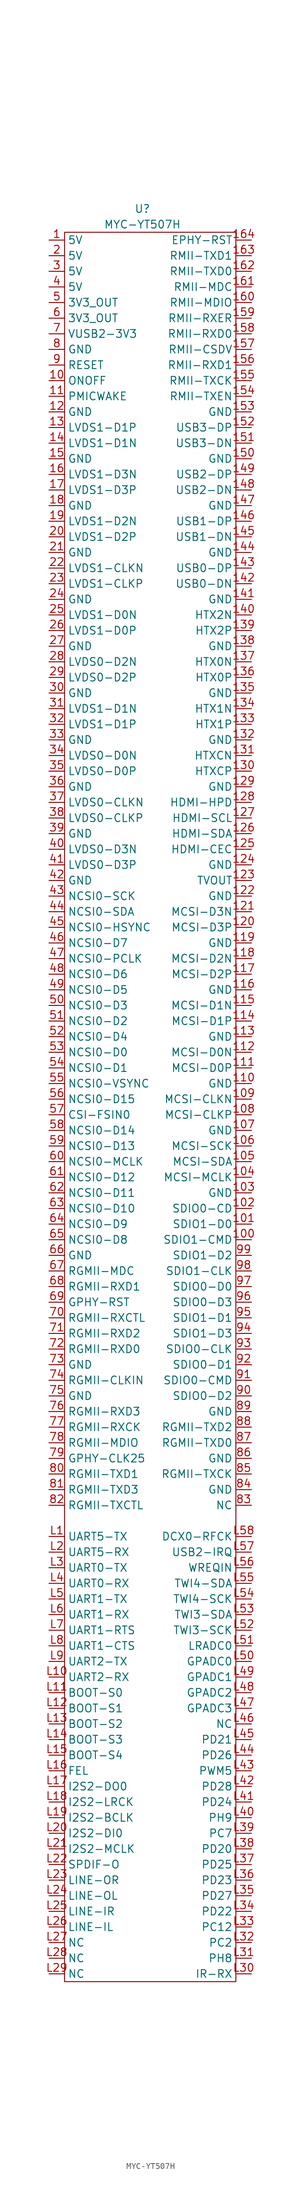
<source format=kicad_sym>
(kicad_symbol_lib
  (version 20211014)
  (generator kicad_symbol_editor)
  (symbol "MYC-YT507H"
    (property "Reference" "U"
      (at 12.7 5.08 0)
      (effects (font (size 1.27 1.27))))
    (property "Value" "MYC-YT507H"
      (at 12.7 2.54 0)
      (effects (font (size 1.27 1.27))))
    (symbol "MYC-YT507H_0_0"
      (pin bidirectional line (at -2.54 -22.86 0) (length 2.54) (name "ONOFF" (effects (font (size 1.27 1.27)))) (number "10" (effects (font (size 1.27 1.27)))))
      (pin bidirectional line (at 30.48 -162.56 180) (length 2.54) (name "SDIO1-CMD" (effects (font (size 1.27 1.27)))) (number "100" (effects (font (size 1.27 1.27)))))
      (pin bidirectional line (at 30.48 -160.02 180) (length 2.54) (name "SDIO1-D0" (effects (font (size 1.27 1.27)))) (number "101" (effects (font (size 1.27 1.27)))))
      (pin bidirectional line (at 30.48 -157.48 180) (length 2.54) (name "SDIO0-CD" (effects (font (size 1.27 1.27)))) (number "102" (effects (font (size 1.27 1.27)))))
      (pin bidirectional line (at 30.48 -154.94 180) (length 2.54) (name "GND" (effects (font (size 1.27 1.27)))) (number "103" (effects (font (size 1.27 1.27)))))
      (pin bidirectional line (at 30.48 -152.4 180) (length 2.54) (name "MCSI-MCLK" (effects (font (size 1.27 1.27)))) (number "104" (effects (font (size 1.27 1.27)))))
      (pin bidirectional line (at 30.48 -149.86 180) (length 2.54) (name "MCSI-SDA" (effects (font (size 1.27 1.27)))) (number "105" (effects (font (size 1.27 1.27)))))
      (pin bidirectional line (at 30.48 -147.32 180) (length 2.54) (name "MCSI-SCK" (effects (font (size 1.27 1.27)))) (number "106" (effects (font (size 1.27 1.27)))))
      (pin bidirectional line (at 30.48 -144.78 180) (length 2.54) (name "GND" (effects (font (size 1.27 1.27)))) (number "107" (effects (font (size 1.27 1.27)))))
      (pin bidirectional line (at 30.48 -142.24 180) (length 2.54) (name "MCSI-CLKP" (effects (font (size 1.27 1.27)))) (number "108" (effects (font (size 1.27 1.27)))))
      (pin bidirectional line (at 30.48 -139.7 180) (length 2.54) (name "MCSI-CLKN" (effects (font (size 1.27 1.27)))) (number "109" (effects (font (size 1.27 1.27)))))
      (pin bidirectional line (at -2.54 -25.4 0) (length 2.54) (name "PMICWAKE" (effects (font (size 1.27 1.27)))) (number "11" (effects (font (size 1.27 1.27)))))
      (pin bidirectional line (at 30.48 -137.16 180) (length 2.54) (name "GND" (effects (font (size 1.27 1.27)))) (number "110" (effects (font (size 1.27 1.27)))))
      (pin bidirectional line (at 30.48 -134.62 180) (length 2.54) (name "MCSI-D0P" (effects (font (size 1.27 1.27)))) (number "111" (effects (font (size 1.27 1.27)))))
      (pin bidirectional line (at 30.48 -132.08 180) (length 2.54) (name "MCSI-D0N" (effects (font (size 1.27 1.27)))) (number "112" (effects (font (size 1.27 1.27)))))
      (pin bidirectional line (at 30.48 -129.54 180) (length 2.54) (name "GND" (effects (font (size 1.27 1.27)))) (number "113" (effects (font (size 1.27 1.27)))))
      (pin bidirectional line (at 30.48 -127 180) (length 2.54) (name "MCSI-D1P" (effects (font (size 1.27 1.27)))) (number "114" (effects (font (size 1.27 1.27)))))
      (pin bidirectional line (at 30.48 -124.46 180) (length 2.54) (name "MCSI-D1N" (effects (font (size 1.27 1.27)))) (number "115" (effects (font (size 1.27 1.27)))))
      (pin bidirectional line (at 30.48 -121.92 180) (length 2.54) (name "GND" (effects (font (size 1.27 1.27)))) (number "116" (effects (font (size 1.27 1.27)))))
      (pin bidirectional line (at 30.48 -119.38 180) (length 2.54) (name "MCSI-D2P" (effects (font (size 1.27 1.27)))) (number "117" (effects (font (size 1.27 1.27)))))
      (pin bidirectional line (at 30.48 -116.84 180) (length 2.54) (name "MCSI-D2N" (effects (font (size 1.27 1.27)))) (number "118" (effects (font (size 1.27 1.27)))))
      (pin bidirectional line (at 30.48 -114.3 180) (length 2.54) (name "GND" (effects (font (size 1.27 1.27)))) (number "119" (effects (font (size 1.27 1.27)))))
      (pin bidirectional line (at -2.54 -27.94 0) (length 2.54) (name "GND" (effects (font (size 1.27 1.27)))) (number "12" (effects (font (size 1.27 1.27)))))
      (pin bidirectional line (at 30.48 -111.76 180) (length 2.54) (name "MCSI-D3P" (effects (font (size 1.27 1.27)))) (number "120" (effects (font (size 1.27 1.27)))))
      (pin bidirectional line (at 30.48 -109.22 180) (length 2.54) (name "MCSI-D3N" (effects (font (size 1.27 1.27)))) (number "121" (effects (font (size 1.27 1.27)))))
      (pin bidirectional line (at 30.48 -106.68 180) (length 2.54) (name "GND" (effects (font (size 1.27 1.27)))) (number "122" (effects (font (size 1.27 1.27)))))
      (pin bidirectional line (at 30.48 -104.14 180) (length 2.54) (name "TVOUT" (effects (font (size 1.27 1.27)))) (number "123" (effects (font (size 1.27 1.27)))))
      (pin bidirectional line (at 30.48 -101.6 180) (length 2.54) (name "GND" (effects (font (size 1.27 1.27)))) (number "124" (effects (font (size 1.27 1.27)))))
      (pin bidirectional line (at 30.48 -99.06 180) (length 2.54) (name "HDMI-CEC" (effects (font (size 1.27 1.27)))) (number "125" (effects (font (size 1.27 1.27)))))
      (pin bidirectional line (at 30.48 -96.52 180) (length 2.54) (name "HDMI-SDA" (effects (font (size 1.27 1.27)))) (number "126" (effects (font (size 1.27 1.27)))))
      (pin bidirectional line (at 30.48 -93.98 180) (length 2.54) (name "HDMI-SCL" (effects (font (size 1.27 1.27)))) (number "127" (effects (font (size 1.27 1.27)))))
      (pin bidirectional line (at 30.48 -91.44 180) (length 2.54) (name "HDMI-HPD" (effects (font (size 1.27 1.27)))) (number "128" (effects (font (size 1.27 1.27)))))
      (pin bidirectional line (at 30.48 -88.9 180) (length 2.54) (name "GND" (effects (font (size 1.27 1.27)))) (number "129" (effects (font (size 1.27 1.27)))))
      (pin bidirectional line (at -2.54 -30.48 0) (length 2.54) (name "LVDS1-D1P" (effects (font (size 1.27 1.27)))) (number "13" (effects (font (size 1.27 1.27)))))
      (pin bidirectional line (at 30.48 -86.36 180) (length 2.54) (name "HTXCP" (effects (font (size 1.27 1.27)))) (number "130" (effects (font (size 1.27 1.27)))))
      (pin bidirectional line (at 30.48 -83.82 180) (length 2.54) (name "HTXCN" (effects (font (size 1.27 1.27)))) (number "131" (effects (font (size 1.27 1.27)))))
      (pin bidirectional line (at 30.48 -81.28 180) (length 2.54) (name "GND" (effects (font (size 1.27 1.27)))) (number "132" (effects (font (size 1.27 1.27)))))
      (pin bidirectional line (at 30.48 -78.74 180) (length 2.54) (name "HTX1P" (effects (font (size 1.27 1.27)))) (number "133" (effects (font (size 1.27 1.27)))))
      (pin bidirectional line (at 30.48 -76.2 180) (length 2.54) (name "HTX1N" (effects (font (size 1.27 1.27)))) (number "134" (effects (font (size 1.27 1.27)))))
      (pin bidirectional line (at 30.48 -73.66 180) (length 2.54) (name "GND" (effects (font (size 1.27 1.27)))) (number "135" (effects (font (size 1.27 1.27)))))
      (pin bidirectional line (at 30.48 -71.12 180) (length 2.54) (name "HTX0P" (effects (font (size 1.27 1.27)))) (number "136" (effects (font (size 1.27 1.27)))))
      (pin bidirectional line (at 30.48 -68.58 180) (length 2.54) (name "HTX0N" (effects (font (size 1.27 1.27)))) (number "137" (effects (font (size 1.27 1.27)))))
      (pin bidirectional line (at 30.48 -66.04 180) (length 2.54) (name "GND" (effects (font (size 1.27 1.27)))) (number "138" (effects (font (size 1.27 1.27)))))
      (pin bidirectional line (at 30.48 -63.5 180) (length 2.54) (name "HTX2P" (effects (font (size 1.27 1.27)))) (number "139" (effects (font (size 1.27 1.27)))))
      (pin bidirectional line (at -2.54 -33.02 0) (length 2.54) (name "LVDS1-D1N" (effects (font (size 1.27 1.27)))) (number "14" (effects (font (size 1.27 1.27)))))
      (pin bidirectional line (at 30.48 -60.96 180) (length 2.54) (name "HTX2N" (effects (font (size 1.27 1.27)))) (number "140" (effects (font (size 1.27 1.27)))))
      (pin bidirectional line (at 30.48 -58.42 180) (length 2.54) (name "GND" (effects (font (size 1.27 1.27)))) (number "141" (effects (font (size 1.27 1.27)))))
      (pin bidirectional line (at 30.48 -55.88 180) (length 2.54) (name "USB0-DN" (effects (font (size 1.27 1.27)))) (number "142" (effects (font (size 1.27 1.27)))))
      (pin bidirectional line (at 30.48 -53.34 180) (length 2.54) (name "USB0-DP" (effects (font (size 1.27 1.27)))) (number "143" (effects (font (size 1.27 1.27)))))
      (pin bidirectional line (at 30.48 -50.8 180) (length 2.54) (name "GND" (effects (font (size 1.27 1.27)))) (number "144" (effects (font (size 1.27 1.27)))))
      (pin bidirectional line (at 30.48 -48.26 180) (length 2.54) (name "USB1-DN" (effects (font (size 1.27 1.27)))) (number "145" (effects (font (size 1.27 1.27)))))
      (pin bidirectional line (at 30.48 -45.72 180) (length 2.54) (name "USB1-DP" (effects (font (size 1.27 1.27)))) (number "146" (effects (font (size 1.27 1.27)))))
      (pin bidirectional line (at 30.48 -43.18 180) (length 2.54) (name "GND" (effects (font (size 1.27 1.27)))) (number "147" (effects (font (size 1.27 1.27)))))
      (pin bidirectional line (at 30.48 -40.64 180) (length 2.54) (name "USB2-DN" (effects (font (size 1.27 1.27)))) (number "148" (effects (font (size 1.27 1.27)))))
      (pin bidirectional line (at 30.48 -38.1 180) (length 2.54) (name "USB2-DP" (effects (font (size 1.27 1.27)))) (number "149" (effects (font (size 1.27 1.27)))))
      (pin bidirectional line (at -2.54 -35.56 0) (length 2.54) (name "GND" (effects (font (size 1.27 1.27)))) (number "15" (effects (font (size 1.27 1.27)))))
      (pin bidirectional line (at 30.48 -35.56 180) (length 2.54) (name "GND" (effects (font (size 1.27 1.27)))) (number "150" (effects (font (size 1.27 1.27)))))
      (pin bidirectional line (at 30.48 -33.02 180) (length 2.54) (name "USB3-DN" (effects (font (size 1.27 1.27)))) (number "151" (effects (font (size 1.27 1.27)))))
      (pin bidirectional line (at 30.48 -30.48 180) (length 2.54) (name "USB3-DP" (effects (font (size 1.27 1.27)))) (number "152" (effects (font (size 1.27 1.27)))))
      (pin bidirectional line (at 30.48 -27.94 180) (length 2.54) (name "GND" (effects (font (size 1.27 1.27)))) (number "153" (effects (font (size 1.27 1.27)))))
      (pin bidirectional line (at 30.48 -25.4 180) (length 2.54) (name "RMII-TXEN" (effects (font (size 1.27 1.27)))) (number "154" (effects (font (size 1.27 1.27)))))
      (pin bidirectional line (at 30.48 -22.86 180) (length 2.54) (name "RMII-TXCK" (effects (font (size 1.27 1.27)))) (number "155" (effects (font (size 1.27 1.27)))))
      (pin bidirectional line (at 30.48 -20.32 180) (length 2.54) (name "RMII-RXD1" (effects (font (size 1.27 1.27)))) (number "156" (effects (font (size 1.27 1.27)))))
      (pin bidirectional line (at 30.48 -17.78 180) (length 2.54) (name "RMII-CSDV" (effects (font (size 1.27 1.27)))) (number "157" (effects (font (size 1.27 1.27)))))
      (pin bidirectional line (at 30.48 -15.24 180) (length 2.54) (name "RMII-RXD0" (effects (font (size 1.27 1.27)))) (number "158" (effects (font (size 1.27 1.27)))))
      (pin bidirectional line (at 30.48 -12.7 180) (length 2.54) (name "RMII-RXER" (effects (font (size 1.27 1.27)))) (number "159" (effects (font (size 1.27 1.27)))))
      (pin bidirectional line (at -2.54 -38.1 0) (length 2.54) (name "LVDS1-D3N" (effects (font (size 1.27 1.27)))) (number "16" (effects (font (size 1.27 1.27)))))
      (pin bidirectional line (at 30.48 -10.16 180) (length 2.54) (name "RMII-MDIO" (effects (font (size 1.27 1.27)))) (number "160" (effects (font (size 1.27 1.27)))))
      (pin bidirectional line (at 30.48 -7.62 180) (length 2.54) (name "RMII-MDC" (effects (font (size 1.27 1.27)))) (number "161" (effects (font (size 1.27 1.27)))))
      (pin bidirectional line (at 30.48 -5.08 180) (length 2.54) (name "RMII-TXD0" (effects (font (size 1.27 1.27)))) (number "162" (effects (font (size 1.27 1.27)))))
      (pin bidirectional line (at 30.48 -2.54 180) (length 2.54) (name "RMII-TXD1" (effects (font (size 1.27 1.27)))) (number "163" (effects (font (size 1.27 1.27)))))
      (pin bidirectional line (at 30.48 0 180) (length 2.54) (name "EPHY-RST" (effects (font (size 1.27 1.27)))) (number "164" (effects (font (size 1.27 1.27)))))
      (pin bidirectional line (at -2.54 -40.64 0) (length 2.54) (name "LVDS1-D3P" (effects (font (size 1.27 1.27)))) (number "17" (effects (font (size 1.27 1.27)))))
      (pin bidirectional line (at -2.54 -43.18 0) (length 2.54) (name "GND" (effects (font (size 1.27 1.27)))) (number "18" (effects (font (size 1.27 1.27)))))
      (pin bidirectional line (at -2.54 -45.72 0) (length 2.54) (name "LVDS1-D2N" (effects (font (size 1.27 1.27)))) (number "19" (effects (font (size 1.27 1.27)))))
      (pin bidirectional line (at -2.54 -48.26 0) (length 2.54) (name "LVDS1-D2P" (effects (font (size 1.27 1.27)))) (number "20" (effects (font (size 1.27 1.27)))))
      (pin bidirectional line (at -2.54 -50.8 0) (length 2.54) (name "GND" (effects (font (size 1.27 1.27)))) (number "21" (effects (font (size 1.27 1.27)))))
      (pin bidirectional line (at -2.54 -53.34 0) (length 2.54) (name "LVDS1-CLKN" (effects (font (size 1.27 1.27)))) (number "22" (effects (font (size 1.27 1.27)))))
      (pin bidirectional line (at -2.54 -55.88 0) (length 2.54) (name "LVDS1-CLKP" (effects (font (size 1.27 1.27)))) (number "23" (effects (font (size 1.27 1.27)))))
      (pin bidirectional line (at -2.54 -58.42 0) (length 2.54) (name "GND" (effects (font (size 1.27 1.27)))) (number "24" (effects (font (size 1.27 1.27)))))
      (pin bidirectional line (at -2.54 -60.96 0) (length 2.54) (name "LVDS1-D0N" (effects (font (size 1.27 1.27)))) (number "25" (effects (font (size 1.27 1.27)))))
      (pin bidirectional line (at -2.54 -63.5 0) (length 2.54) (name "LVDS1-D0P" (effects (font (size 1.27 1.27)))) (number "26" (effects (font (size 1.27 1.27)))))
      (pin bidirectional line (at -2.54 -66.04 0) (length 2.54) (name "GND" (effects (font (size 1.27 1.27)))) (number "27" (effects (font (size 1.27 1.27)))))
      (pin bidirectional line (at -2.54 -68.58 0) (length 2.54) (name "LVDS0-D2N" (effects (font (size 1.27 1.27)))) (number "28" (effects (font (size 1.27 1.27)))))
      (pin bidirectional line (at -2.54 -71.12 0) (length 2.54) (name "LVDS0-D2P" (effects (font (size 1.27 1.27)))) (number "29" (effects (font (size 1.27 1.27)))))
      (pin bidirectional line (at -2.54 -5.08 0) (length 2.54) (name "5V" (effects (font (size 1.27 1.27)))) (number "3" (effects (font (size 1.27 1.27)))))
      (pin bidirectional line (at -2.54 -73.66 0) (length 2.54) (name "GND" (effects (font (size 1.27 1.27)))) (number "30" (effects (font (size 1.27 1.27)))))
      (pin bidirectional line (at -2.54 -76.2 0) (length 2.54) (name "LVDS1-D1N" (effects (font (size 1.27 1.27)))) (number "31" (effects (font (size 1.27 1.27)))))
      (pin bidirectional line (at -2.54 -78.74 0) (length 2.54) (name "LVDS1-D1P" (effects (font (size 1.27 1.27)))) (number "32" (effects (font (size 1.27 1.27)))))
      (pin bidirectional line (at -2.54 -81.28 0) (length 2.54) (name "GND" (effects (font (size 1.27 1.27)))) (number "33" (effects (font (size 1.27 1.27)))))
      (pin bidirectional line (at -2.54 -83.82 0) (length 2.54) (name "LVDS0-D0N" (effects (font (size 1.27 1.27)))) (number "34" (effects (font (size 1.27 1.27)))))
      (pin bidirectional line (at -2.54 -86.36 0) (length 2.54) (name "LVDS0-D0P" (effects (font (size 1.27 1.27)))) (number "35" (effects (font (size 1.27 1.27)))))
      (pin bidirectional line (at -2.54 -88.9 0) (length 2.54) (name "GND" (effects (font (size 1.27 1.27)))) (number "36" (effects (font (size 1.27 1.27)))))
      (pin bidirectional line (at -2.54 -91.44 0) (length 2.54) (name "LVDS0-CLKN" (effects (font (size 1.27 1.27)))) (number "37" (effects (font (size 1.27 1.27)))))
      (pin bidirectional line (at -2.54 -93.98 0) (length 2.54) (name "LVDS0-CLKP" (effects (font (size 1.27 1.27)))) (number "38" (effects (font (size 1.27 1.27)))))
      (pin bidirectional line (at -2.54 -96.52 0) (length 2.54) (name "GND" (effects (font (size 1.27 1.27)))) (number "39" (effects (font (size 1.27 1.27)))))
      (pin bidirectional line (at -2.54 -7.62 0) (length 2.54) (name "5V" (effects (font (size 1.27 1.27)))) (number "4" (effects (font (size 1.27 1.27)))))
      (pin bidirectional line (at -2.54 -99.06 0) (length 2.54) (name "LVDS0-D3N" (effects (font (size 1.27 1.27)))) (number "40" (effects (font (size 1.27 1.27)))))
      (pin bidirectional line (at -2.54 -101.6 0) (length 2.54) (name "LVDS0-D3P" (effects (font (size 1.27 1.27)))) (number "41" (effects (font (size 1.27 1.27)))))
      (pin bidirectional line (at -2.54 -104.14 0) (length 2.54) (name "GND" (effects (font (size 1.27 1.27)))) (number "42" (effects (font (size 1.27 1.27)))))
      (pin bidirectional line (at -2.54 -106.68 0) (length 2.54) (name "NCSI0-SCK" (effects (font (size 1.27 1.27)))) (number "43" (effects (font (size 1.27 1.27)))))
      (pin bidirectional line (at -2.54 -109.22 0) (length 2.54) (name "NCSI0-SDA" (effects (font (size 1.27 1.27)))) (number "44" (effects (font (size 1.27 1.27)))))
      (pin bidirectional line (at -2.54 -111.76 0) (length 2.54) (name "NCSI0-HSYNC" (effects (font (size 1.27 1.27)))) (number "45" (effects (font (size 1.27 1.27)))))
      (pin bidirectional line (at -2.54 -114.3 0) (length 2.54) (name "NCSI0-D7" (effects (font (size 1.27 1.27)))) (number "46" (effects (font (size 1.27 1.27)))))
      (pin bidirectional line (at -2.54 -116.84 0) (length 2.54) (name "NCSI0-PCLK" (effects (font (size 1.27 1.27)))) (number "47" (effects (font (size 1.27 1.27)))))
      (pin bidirectional line (at -2.54 -119.38 0) (length 2.54) (name "NCSI0-D6" (effects (font (size 1.27 1.27)))) (number "48" (effects (font (size 1.27 1.27)))))
      (pin bidirectional line (at -2.54 -121.92 0) (length 2.54) (name "NCSI0-D5" (effects (font (size 1.27 1.27)))) (number "49" (effects (font (size 1.27 1.27)))))
      (pin bidirectional line (at -2.54 -10.16 0) (length 2.54) (name "3V3_OUT" (effects (font (size 1.27 1.27)))) (number "5" (effects (font (size 1.27 1.27)))))
      (pin bidirectional line (at -2.54 -124.46 0) (length 2.54) (name "NCSI0-D3" (effects (font (size 1.27 1.27)))) (number "50" (effects (font (size 1.27 1.27)))))
      (pin bidirectional line (at -2.54 -127 0) (length 2.54) (name "NCSI0-D2" (effects (font (size 1.27 1.27)))) (number "51" (effects (font (size 1.27 1.27)))))
      (pin bidirectional line (at -2.54 -129.54 0) (length 2.54) (name "NCSI0-D4" (effects (font (size 1.27 1.27)))) (number "52" (effects (font (size 1.27 1.27)))))
      (pin bidirectional line (at -2.54 -132.08 0) (length 2.54) (name "NCSI0-D0" (effects (font (size 1.27 1.27)))) (number "53" (effects (font (size 1.27 1.27)))))
      (pin bidirectional line (at -2.54 -134.62 0) (length 2.54) (name "NCSI0-D1" (effects (font (size 1.27 1.27)))) (number "54" (effects (font (size 1.27 1.27)))))
      (pin bidirectional line (at -2.54 -137.16 0) (length 2.54) (name "NCSI0-VSYNC" (effects (font (size 1.27 1.27)))) (number "55" (effects (font (size 1.27 1.27)))))
      (pin bidirectional line (at -2.54 -139.7 0) (length 2.54) (name "NCSI0-D15" (effects (font (size 1.27 1.27)))) (number "56" (effects (font (size 1.27 1.27)))))
      (pin bidirectional line (at -2.54 -142.24 0) (length 2.54) (name "CSI-FSIN0" (effects (font (size 1.27 1.27)))) (number "57" (effects (font (size 1.27 1.27)))))
      (pin bidirectional line (at -2.54 -144.78 0) (length 2.54) (name "NCSI0-D14" (effects (font (size 1.27 1.27)))) (number "58" (effects (font (size 1.27 1.27)))))
      (pin bidirectional line (at -2.54 -147.32 0) (length 2.54) (name "NCSI0-D13" (effects (font (size 1.27 1.27)))) (number "59" (effects (font (size 1.27 1.27)))))
      (pin bidirectional line (at -2.54 -12.7 0) (length 2.54) (name "3V3_OUT" (effects (font (size 1.27 1.27)))) (number "6" (effects (font (size 1.27 1.27)))))
      (pin bidirectional line (at -2.54 -149.86 0) (length 2.54) (name "NCSI0-MCLK" (effects (font (size 1.27 1.27)))) (number "60" (effects (font (size 1.27 1.27)))))
      (pin bidirectional line (at -2.54 -152.4 0) (length 2.54) (name "NCSI0-D12" (effects (font (size 1.27 1.27)))) (number "61" (effects (font (size 1.27 1.27)))))
      (pin bidirectional line (at -2.54 -154.94 0) (length 2.54) (name "NCSI0-D11" (effects (font (size 1.27 1.27)))) (number "62" (effects (font (size 1.27 1.27)))))
      (pin bidirectional line (at -2.54 -157.48 0) (length 2.54) (name "NCSI0-D10" (effects (font (size 1.27 1.27)))) (number "63" (effects (font (size 1.27 1.27)))))
      (pin bidirectional line (at -2.54 -160.02 0) (length 2.54) (name "NCSI0-D9" (effects (font (size 1.27 1.27)))) (number "64" (effects (font (size 1.27 1.27)))))
      (pin bidirectional line (at -2.54 -162.56 0) (length 2.54) (name "NCSI0-D8" (effects (font (size 1.27 1.27)))) (number "65" (effects (font (size 1.27 1.27)))))
      (pin bidirectional line (at -2.54 -165.1 0) (length 2.54) (name "GND" (effects (font (size 1.27 1.27)))) (number "66" (effects (font (size 1.27 1.27)))))
      (pin bidirectional line (at -2.54 -167.64 0) (length 2.54) (name "RGMII-MDC" (effects (font (size 1.27 1.27)))) (number "67" (effects (font (size 1.27 1.27)))))
      (pin bidirectional line (at -2.54 -170.18 0) (length 2.54) (name "RGMII-RXD1" (effects (font (size 1.27 1.27)))) (number "68" (effects (font (size 1.27 1.27)))))
      (pin bidirectional line (at -2.54 -172.72 0) (length 2.54) (name "GPHY-RST" (effects (font (size 1.27 1.27)))) (number "69" (effects (font (size 1.27 1.27)))))
      (pin bidirectional line (at -2.54 -15.24 0) (length 2.54) (name "VUSB2-3V3" (effects (font (size 1.27 1.27)))) (number "7" (effects (font (size 1.27 1.27)))))
      (pin bidirectional line (at -2.54 -175.26 0) (length 2.54) (name "RGMII-RXCTL" (effects (font (size 1.27 1.27)))) (number "70" (effects (font (size 1.27 1.27)))))
      (pin bidirectional line (at -2.54 -177.8 0) (length 2.54) (name "RGMII-RXD2" (effects (font (size 1.27 1.27)))) (number "71" (effects (font (size 1.27 1.27)))))
      (pin bidirectional line (at -2.54 -180.34 0) (length 2.54) (name "RGMII-RXD0" (effects (font (size 1.27 1.27)))) (number "72" (effects (font (size 1.27 1.27)))))
      (pin bidirectional line (at -2.54 -182.88 0) (length 2.54) (name "GND" (effects (font (size 1.27 1.27)))) (number "73" (effects (font (size 1.27 1.27)))))
      (pin bidirectional line (at -2.54 -185.42 0) (length 2.54) (name "RGMII-CLKIN" (effects (font (size 1.27 1.27)))) (number "74" (effects (font (size 1.27 1.27)))))
      (pin bidirectional line (at -2.54 -187.96 0) (length 2.54) (name "GND" (effects (font (size 1.27 1.27)))) (number "75" (effects (font (size 1.27 1.27)))))
      (pin bidirectional line (at -2.54 -190.5 0) (length 2.54) (name "RGMII-RXD3" (effects (font (size 1.27 1.27)))) (number "76" (effects (font (size 1.27 1.27)))))
      (pin bidirectional line (at -2.54 -193.04 0) (length 2.54) (name "RGMII-RXCK" (effects (font (size 1.27 1.27)))) (number "77" (effects (font (size 1.27 1.27)))))
      (pin bidirectional line (at -2.54 -195.58 0) (length 2.54) (name "RGMII-MDIO" (effects (font (size 1.27 1.27)))) (number "78" (effects (font (size 1.27 1.27)))))
      (pin bidirectional line (at -2.54 -198.12 0) (length 2.54) (name "GPHY-CLK25" (effects (font (size 1.27 1.27)))) (number "79" (effects (font (size 1.27 1.27)))))
      (pin bidirectional line (at -2.54 -17.78 0) (length 2.54) (name "GND" (effects (font (size 1.27 1.27)))) (number "8" (effects (font (size 1.27 1.27)))))
      (pin bidirectional line (at -2.54 -200.66 0) (length 2.54) (name "RGMII-TXD1" (effects (font (size 1.27 1.27)))) (number "80" (effects (font (size 1.27 1.27)))))
      (pin bidirectional line (at -2.54 -203.2 0) (length 2.54) (name "RGMII-TXD3" (effects (font (size 1.27 1.27)))) (number "81" (effects (font (size 1.27 1.27)))))
      (pin bidirectional line (at -2.54 -205.74 0) (length 2.54) (name "RGMII-TXCTL" (effects (font (size 1.27 1.27)))) (number "82" (effects (font (size 1.27 1.27)))))
      (pin bidirectional line (at 30.48 -200.66 180) (length 2.54) (name "RGMII-TXCK" (effects (font (size 1.27 1.27)))) (number "85" (effects (font (size 1.27 1.27)))))
      (pin bidirectional line (at 30.48 -198.12 180) (length 2.54) (name "GND" (effects (font (size 1.27 1.27)))) (number "86" (effects (font (size 1.27 1.27)))))
      (pin bidirectional line (at 30.48 -195.58 180) (length 2.54) (name "RGMII-TXD0" (effects (font (size 1.27 1.27)))) (number "87" (effects (font (size 1.27 1.27)))))
      (pin bidirectional line (at 30.48 -193.04 180) (length 2.54) (name "RGMII-TXD2" (effects (font (size 1.27 1.27)))) (number "88" (effects (font (size 1.27 1.27)))))
      (pin bidirectional line (at 30.48 -190.5 180) (length 2.54) (name "GND" (effects (font (size 1.27 1.27)))) (number "89" (effects (font (size 1.27 1.27)))))
      (pin bidirectional line (at -2.54 -20.32 0) (length 2.54) (name "RESET" (effects (font (size 1.27 1.27)))) (number "9" (effects (font (size 1.27 1.27)))))
      (pin bidirectional line (at 30.48 -187.96 180) (length 2.54) (name "SDIO0-D2" (effects (font (size 1.27 1.27)))) (number "90" (effects (font (size 1.27 1.27)))))
      (pin bidirectional line (at 30.48 -185.42 180) (length 2.54) (name "SDIO0-CMD" (effects (font (size 1.27 1.27)))) (number "91" (effects (font (size 1.27 1.27)))))
      (pin bidirectional line (at 30.48 -182.88 180) (length 2.54) (name "SDIO0-D1" (effects (font (size 1.27 1.27)))) (number "92" (effects (font (size 1.27 1.27)))))
      (pin bidirectional line (at 30.48 -180.34 180) (length 2.54) (name "SDIO0-CLK" (effects (font (size 1.27 1.27)))) (number "93" (effects (font (size 1.27 1.27)))))
      (pin bidirectional line (at 30.48 -177.8 180) (length 2.54) (name "SDIO1-D3" (effects (font (size 1.27 1.27)))) (number "94" (effects (font (size 1.27 1.27)))))
      (pin bidirectional line (at 30.48 -175.26 180) (length 2.54) (name "SDIO1-D1" (effects (font (size 1.27 1.27)))) (number "95" (effects (font (size 1.27 1.27)))))
      (pin bidirectional line (at 30.48 -172.72 180) (length 2.54) (name "SDIO0-D3" (effects (font (size 1.27 1.27)))) (number "96" (effects (font (size 1.27 1.27)))))
      (pin bidirectional line (at 30.48 -170.18 180) (length 2.54) (name "SDIO0-D0" (effects (font (size 1.27 1.27)))) (number "97" (effects (font (size 1.27 1.27)))))
      (pin bidirectional line (at 30.48 -167.64 180) (length 2.54) (name "SDIO1-CLK" (effects (font (size 1.27 1.27)))) (number "98" (effects (font (size 1.27 1.27)))))
      (pin bidirectional line (at 30.48 -165.1 180) (length 2.54) (name "SDIO1-D2" (effects (font (size 1.27 1.27)))) (number "99" (effects (font (size 1.27 1.27)))))
      (pin bidirectional line (at -2.54 -210.82 0) (length 2.54) (name "UART5-TX" (effects (font (size 1.27 1.27)))) (number "L1" (effects (font (size 1.27 1.27)))))
      (pin bidirectional line (at -2.54 -233.68 0) (length 2.54) (name "UART2-RX" (effects (font (size 1.27 1.27)))) (number "L10" (effects (font (size 1.27 1.27)))))
      (pin bidirectional line (at -2.54 -236.22 0) (length 2.54) (name "BOOT-S0" (effects (font (size 1.27 1.27)))) (number "L11" (effects (font (size 1.27 1.27)))))
      (pin bidirectional line (at -2.54 -238.76 0) (length 2.54) (name "BOOT-S1" (effects (font (size 1.27 1.27)))) (number "L12" (effects (font (size 1.27 1.27)))))
      (pin bidirectional line (at -2.54 -241.3 0) (length 2.54) (name "BOOT-S2" (effects (font (size 1.27 1.27)))) (number "L13" (effects (font (size 1.27 1.27)))))
      (pin bidirectional line (at -2.54 -243.84 0) (length 2.54) (name "BOOT-S3" (effects (font (size 1.27 1.27)))) (number "L14" (effects (font (size 1.27 1.27)))))
      (pin bidirectional line (at -2.54 -246.38 0) (length 2.54) (name "BOOT-S4" (effects (font (size 1.27 1.27)))) (number "L15" (effects (font (size 1.27 1.27)))))
      (pin bidirectional line (at -2.54 -248.92 0) (length 2.54) (name "FEL" (effects (font (size 1.27 1.27)))) (number "L16" (effects (font (size 1.27 1.27)))))
      (pin bidirectional line (at -2.54 -251.46 0) (length 2.54) (name "I2S2-DO0" (effects (font (size 1.27 1.27)))) (number "L17" (effects (font (size 1.27 1.27)))))
      (pin bidirectional line (at -2.54 -254 0) (length 2.54) (name "I2S2-LRCK" (effects (font (size 1.27 1.27)))) (number "L18" (effects (font (size 1.27 1.27)))))
      (pin bidirectional line (at -2.54 -256.54 0) (length 2.54) (name "I2S2-BCLK" (effects (font (size 1.27 1.27)))) (number "L19" (effects (font (size 1.27 1.27)))))
      (pin bidirectional line (at -2.54 -213.36 0) (length 2.54) (name "UART5-RX" (effects (font (size 1.27 1.27)))) (number "L2" (effects (font (size 1.27 1.27)))))
      (pin bidirectional line (at -2.54 -259.08 0) (length 2.54) (name "I2S2-DI0" (effects (font (size 1.27 1.27)))) (number "L20" (effects (font (size 1.27 1.27)))))
      (pin bidirectional line (at -2.54 -261.62 0) (length 2.54) (name "I2S2-MCLK" (effects (font (size 1.27 1.27)))) (number "L21" (effects (font (size 1.27 1.27)))))
      (pin bidirectional line (at -2.54 -264.16 0) (length 2.54) (name "SPDIF-O" (effects (font (size 1.27 1.27)))) (number "L22" (effects (font (size 1.27 1.27)))))
      (pin bidirectional line (at -2.54 -266.7 0) (length 2.54) (name "LINE-OR" (effects (font (size 1.27 1.27)))) (number "L23" (effects (font (size 1.27 1.27)))))
      (pin bidirectional line (at -2.54 -269.24 0) (length 2.54) (name "LINE-OL" (effects (font (size 1.27 1.27)))) (number "L24" (effects (font (size 1.27 1.27)))))
      (pin bidirectional line (at -2.54 -271.78 0) (length 2.54) (name "LINE-IR" (effects (font (size 1.27 1.27)))) (number "L25" (effects (font (size 1.27 1.27)))))
      (pin bidirectional line (at -2.54 -274.32 0) (length 2.54) (name "LINE-IL" (effects (font (size 1.27 1.27)))) (number "L26" (effects (font (size 1.27 1.27)))))
      (pin bidirectional line (at -2.54 -276.86 0) (length 2.54) (name "NC" (effects (font (size 1.27 1.27)))) (number "L27" (effects (font (size 1.27 1.27)))))
      (pin bidirectional line (at -2.54 -215.9 0) (length 2.54) (name "UART0-TX" (effects (font (size 1.27 1.27)))) (number "L3" (effects (font (size 1.27 1.27)))))
      (pin bidirectional line (at 30.48 -276.86 180) (length 2.54) (name "PC2" (effects (font (size 1.27 1.27)))) (number "L32" (effects (font (size 1.27 1.27)))))
      (pin bidirectional line (at 30.48 -274.32 180) (length 2.54) (name "PC12" (effects (font (size 1.27 1.27)))) (number "L33" (effects (font (size 1.27 1.27)))))
      (pin bidirectional line (at 30.48 -271.78 180) (length 2.54) (name "PD22" (effects (font (size 1.27 1.27)))) (number "L34" (effects (font (size 1.27 1.27)))))
      (pin bidirectional line (at 30.48 -269.24 180) (length 2.54) (name "PD27" (effects (font (size 1.27 1.27)))) (number "L35" (effects (font (size 1.27 1.27)))))
      (pin bidirectional line (at 30.48 -266.7 180) (length 2.54) (name "PD23" (effects (font (size 1.27 1.27)))) (number "L36" (effects (font (size 1.27 1.27)))))
      (pin bidirectional line (at 30.48 -264.16 180) (length 2.54) (name "PD25" (effects (font (size 1.27 1.27)))) (number "L37" (effects (font (size 1.27 1.27)))))
      (pin bidirectional line (at 30.48 -261.62 180) (length 2.54) (name "PD20" (effects (font (size 1.27 1.27)))) (number "L38" (effects (font (size 1.27 1.27)))))
      (pin bidirectional line (at 30.48 -259.08 180) (length 2.54) (name "PC7" (effects (font (size 1.27 1.27)))) (number "L39" (effects (font (size 1.27 1.27)))))
      (pin bidirectional line (at -2.54 -218.44 0) (length 2.54) (name "UART0-RX" (effects (font (size 1.27 1.27)))) (number "L4" (effects (font (size 1.27 1.27)))))
      (pin bidirectional line (at 30.48 -256.54 180) (length 2.54) (name "PH9" (effects (font (size 1.27 1.27)))) (number "L40" (effects (font (size 1.27 1.27)))))
      (pin bidirectional line (at 30.48 -254 180) (length 2.54) (name "PD24" (effects (font (size 1.27 1.27)))) (number "L41" (effects (font (size 1.27 1.27)))))
      (pin bidirectional line (at 30.48 -251.46 180) (length 2.54) (name "PD28" (effects (font (size 1.27 1.27)))) (number "L42" (effects (font (size 1.27 1.27)))))
      (pin bidirectional line (at 30.48 -248.92 180) (length 2.54) (name "PWM5" (effects (font (size 1.27 1.27)))) (number "L43" (effects (font (size 1.27 1.27)))))
      (pin bidirectional line (at 30.48 -246.38 180) (length 2.54) (name "PD26" (effects (font (size 1.27 1.27)))) (number "L44" (effects (font (size 1.27 1.27)))))
      (pin bidirectional line (at 30.48 -243.84 180) (length 2.54) (name "PD21" (effects (font (size 1.27 1.27)))) (number "L45" (effects (font (size 1.27 1.27)))))
      (pin bidirectional line (at 30.48 -241.3 180) (length 2.54) (name "NC" (effects (font (size 1.27 1.27)))) (number "L46" (effects (font (size 1.27 1.27)))))
      (pin bidirectional line (at 30.48 -238.76 180) (length 2.54) (name "GPADC3" (effects (font (size 1.27 1.27)))) (number "L47" (effects (font (size 1.27 1.27)))))
      (pin bidirectional line (at 30.48 -236.22 180) (length 2.54) (name "GPADC2" (effects (font (size 1.27 1.27)))) (number "L48" (effects (font (size 1.27 1.27)))))
      (pin bidirectional line (at 30.48 -233.68 180) (length 2.54) (name "GPADC1" (effects (font (size 1.27 1.27)))) (number "L49" (effects (font (size 1.27 1.27)))))
      (pin bidirectional line (at -2.54 -220.98 0) (length 2.54) (name "UART1-TX" (effects (font (size 1.27 1.27)))) (number "L5" (effects (font (size 1.27 1.27)))))
      (pin bidirectional line (at 30.48 -231.14 180) (length 2.54) (name "GPADC0" (effects (font (size 1.27 1.27)))) (number "L50" (effects (font (size 1.27 1.27)))))
      (pin bidirectional line (at 30.48 -228.6 180) (length 2.54) (name "LRADC0" (effects (font (size 1.27 1.27)))) (number "L51" (effects (font (size 1.27 1.27)))))
      (pin bidirectional line (at 30.48 -226.06 180) (length 2.54) (name "TWI3-SCK" (effects (font (size 1.27 1.27)))) (number "L52" (effects (font (size 1.27 1.27)))))
      (pin bidirectional line (at 30.48 -223.52 180) (length 2.54) (name "TWI3-SDA" (effects (font (size 1.27 1.27)))) (number "L53" (effects (font (size 1.27 1.27)))))
      (pin bidirectional line (at 30.48 -220.98 180) (length 2.54) (name "TWI4-SCK" (effects (font (size 1.27 1.27)))) (number "L54" (effects (font (size 1.27 1.27)))))
      (pin bidirectional line (at 30.48 -218.44 180) (length 2.54) (name "TWI4-SDA" (effects (font (size 1.27 1.27)))) (number "L55" (effects (font (size 1.27 1.27)))))
      (pin bidirectional line (at 30.48 -215.9 180) (length 2.54) (name "WREQIN" (effects (font (size 1.27 1.27)))) (number "L56" (effects (font (size 1.27 1.27)))))
      (pin bidirectional line (at 30.48 -213.36 180) (length 2.54) (name "USB2-IRQ" (effects (font (size 1.27 1.27)))) (number "L57" (effects (font (size 1.27 1.27)))))
      (pin bidirectional line (at 30.48 -210.82 180) (length 2.54) (name "DCX0-RFCK" (effects (font (size 1.27 1.27)))) (number "L58" (effects (font (size 1.27 1.27)))))
      (pin bidirectional line (at -2.54 -223.52 0) (length 2.54) (name "UART1-RX" (effects (font (size 1.27 1.27)))) (number "L6" (effects (font (size 1.27 1.27)))))
      (pin bidirectional line (at -2.54 -226.06 0) (length 2.54) (name "UART1-RTS" (effects (font (size 1.27 1.27)))) (number "L7" (effects (font (size 1.27 1.27)))))
      (pin bidirectional line (at -2.54 -228.6 0) (length 2.54) (name "UART1-CTS" (effects (font (size 1.27 1.27)))) (number "L8" (effects (font (size 1.27 1.27)))))
      (pin bidirectional line (at -2.54 -231.14 0) (length 2.54) (name "UART2-TX" (effects (font (size 1.27 1.27)))) (number "L9" (effects (font (size 1.27 1.27))))))
    (symbol "MYC-YT507H_0_1"
      (rectangle (start 0 1.27) (end 27.94 -283.21) (stroke (width 0.152) (type default) (color 0 0 0 0)) (fill (type none))))
    (symbol "MYC-YT507H_1_1"
      (pin bidirectional line (at -2.54 0 0) (length 2.54) (name "5V" (effects (font (size 1.27 1.27)))) (number "1" (effects (font (size 1.27 1.27)))))
      (pin bidirectional line (at -2.54 -2.54 0) (length 2.54) (name "5V" (effects (font (size 1.27 1.27)))) (number "2" (effects (font (size 1.27 1.27)))))
      (pin bidirectional line (at 30.48 -205.74 180) (length 2.54) (name "NC" (effects (font (size 1.27 1.27)))) (number "83" (effects (font (size 1.27 1.27)))))
      (pin bidirectional line (at 30.48 -203.2 180) (length 2.54) (name "GND" (effects (font (size 1.27 1.27)))) (number "84" (effects (font (size 1.27 1.27)))))
      (pin bidirectional line (at -2.54 -279.4 0) (length 2.54) (name "NC" (effects (font (size 1.27 1.27)))) (number "L28" (effects (font (size 1.27 1.27)))))
      (pin bidirectional line (at -2.54 -281.94 0) (length 2.54) (name "NC" (effects (font (size 1.27 1.27)))) (number "L29" (effects (font (size 1.27 1.27)))))
      (pin bidirectional line (at 30.48 -281.94 180) (length 2.54) (name "IR-RX" (effects (font (size 1.27 1.27)))) (number "L30" (effects (font (size 1.27 1.27)))))
      (pin bidirectional line (at 30.48 -279.4 180) (length 2.54) (name "PH8" (effects (font (size 1.27 1.27)))) (number "L31" (effects (font (size 1.27 1.27))))))))
</source>
